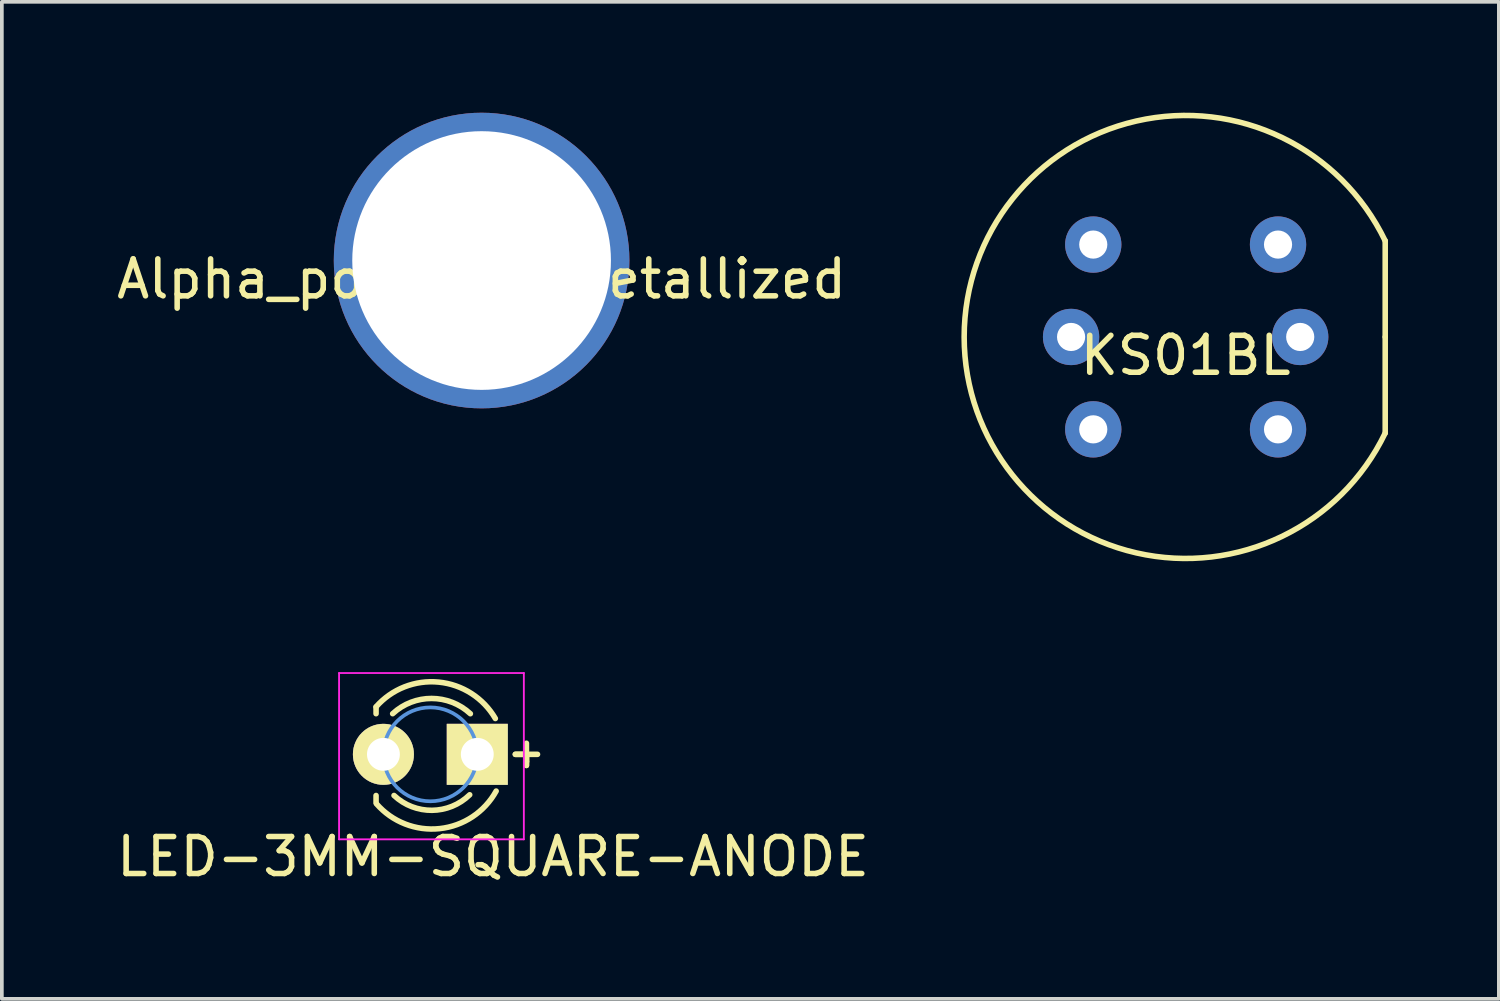
<source format=kicad_pcb>
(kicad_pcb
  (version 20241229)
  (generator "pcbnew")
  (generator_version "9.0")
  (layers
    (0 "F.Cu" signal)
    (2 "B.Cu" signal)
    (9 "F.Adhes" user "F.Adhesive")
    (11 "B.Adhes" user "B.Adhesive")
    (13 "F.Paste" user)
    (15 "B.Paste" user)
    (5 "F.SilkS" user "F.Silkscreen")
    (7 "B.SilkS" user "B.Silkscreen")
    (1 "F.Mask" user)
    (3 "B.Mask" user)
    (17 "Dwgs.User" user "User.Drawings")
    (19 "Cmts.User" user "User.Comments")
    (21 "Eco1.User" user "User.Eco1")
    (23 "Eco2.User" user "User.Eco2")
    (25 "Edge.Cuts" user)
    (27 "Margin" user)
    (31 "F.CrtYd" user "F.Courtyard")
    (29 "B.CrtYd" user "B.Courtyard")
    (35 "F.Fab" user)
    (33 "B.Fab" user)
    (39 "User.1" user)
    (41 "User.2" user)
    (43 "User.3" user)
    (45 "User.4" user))
  (footprint "KS01BL"
    (layer "F.Cu")
    (at 29.033 6.068)
    (property "Reference" "KS01BL" (at 0 0.5 0) (layer "F.SilkS") (effects (font (size 1 1) (thickness 0.15))))
    (attr through_hole)
    (fp_line (start 5.4 0) (end 5.4 -2.6) (stroke (width 0.15) (type solid)) (layer "F.SilkS"))
    (fp_line (start 5.4 0) (end 5.4 2.6) (stroke (width 0.15) (type solid)) (layer "F.SilkS"))
    (fp_arc (start 5.399999 2.6) (mid -5.993329 0) (end 5.399999 -2.599999) (stroke (width 0.15) (type solid)) (layer "F.SilkS"))
    (pad "1" thru_hole circle (at -2.5 -2.5) (size 1.524 1.524) (drill 0.762) (layers "*.Cu" "*.Mask"))
    (pad "1" thru_hole circle (at 2.5 -2.5) (size 1.524 1.524) (drill 0.762) (layers "*.Cu" "*.Mask"))
    (pad "2" thru_hole circle (at -2.5 2.5) (size 1.524 1.524) (drill 0.762) (layers "*.Cu" "*.Mask"))
    (pad "2" thru_hole circle (at 2.5 2.5) (size 1.524 1.524) (drill 0.762) (layers "*.Cu" "*.Mask"))
    (pad "3" thru_hole circle (at 3.1 0) (size 1.524 1.524) (drill 0.762) (layers "*.Cu" "*.Mask"))
    (pad "4" thru_hole circle (at -3.1 0) (size 1.524 1.524) (drill 0.762) (layers "*.Cu" "*.Mask")))
  (footprint "LED-3MM-SQUARE-ANODE"
    (layer "F.Cu")
    (at 8.595 17.362)
    (property "Reference" "LED-3MM-SQUARE-ANODE" (at 1.697 2.769 0) (layer "F.SilkS") (effects (font (size 1 1) (thickness 0.15))))
    (attr through_hole)
    (fp_line (start -1.469 -1.28) (end -1.469 -1.1) (stroke (width 0.15) (type solid)) (layer "F.SilkS"))
    (fp_line (start -1.469 1.314) (end -1.469 1.114) (stroke (width 0.15) (type solid)) (layer "F.SilkS"))
    (fp_line (start 2.3 0) (end 2.6 0) (stroke (width 0.15) (type solid)) (layer "F.SilkS"))
    (fp_line (start 2.6 -0.3) (end 2.6 0.2) (stroke (width 0.15) (type solid)) (layer "F.SilkS"))
    (fp_line (start 2.6 0) (end 2.3 0) (stroke (width 0.15) (type solid)) (layer "F.SilkS"))
    (fp_line (start 2.6 0) (end 2.9 0) (stroke (width 0.15) (type solid)) (layer "F.SilkS"))
    (fp_line (start 2.6 0.2) (end 2.6 0) (stroke (width 0.15) (type solid)) (layer "F.SilkS"))
    (fp_line (start 2.6 0.2) (end 2.6 0.3) (stroke (width 0.15) (type solid)) (layer "F.SilkS"))
    (fp_line (start 2.6 0.3) (end 2.6 0) (stroke (width 0.15) (type solid)) (layer "F.SilkS"))
    (fp_arc (start -1.469 -1.286) (mid 0.225903 -1.954571) (end 1.758744 -0.969643) (stroke (width 0.15) (type solid)) (layer "F.SilkS"))
    (fp_arc (start -1.02 -1.1) (mid 0.031686 -1.512142) (end 1.083005 -1.099067) (stroke (width 0.15) (type solid)) (layer "F.SilkS"))
    (fp_arc (start 1.065 1.094) (mid 0.04492 1.51473) (end -0.982889 1.113252) (stroke (width 0.15) (type solid)) (layer "F.SilkS"))
    (fp_arc (start 1.781 0.994) (mid 0.252637 2.009958) (end -1.45622 1.340726) (stroke (width 0.15) (type solid)) (layer "F.SilkS"))
    (fp_circle (center 0 0) (end 1.27 0) (stroke (width 0.1) (type solid)) (fill no) (layer "Cmts.User"))
    (fp_line (start -2.47 -2.2) (end -2.47 2.3) (stroke (width 0.05) (type solid)) (layer "F.CrtYd"))
    (fp_line (start -2.47 2.3) (end 2.53 2.3) (stroke (width 0.05) (type solid)) (layer "F.CrtYd"))
    (fp_line (start 2.53 -2.2) (end -2.47 -2.2) (stroke (width 0.05) (type solid)) (layer "F.CrtYd"))
    (fp_line (start 2.53 2.3) (end 2.53 -2.2) (stroke (width 0.05) (type solid)) (layer "F.CrtYd"))
    (pad "1" thru_hole circle (at -1.27 0 90) (size 1.651 1.651) (drill 0.889) (layers "*.Cu" "*.Mask" "F.SilkS"))
    (pad "2" thru_hole rect (at 1.27 0) (size 1.651 1.651) (drill 0.889) (layers "*.Cu" "*.Mask" "F.SilkS")))
  (footprint "Alpha_pot_hole_metallized"
    (layer "F.Cu")
    (at 9.982 4)
    (property "Reference" "Alpha_pot_hole_metallized" (at 0 0.5 0) (layer "F.SilkS") (effects (font (size 1 1) (thickness 0.15))))
    (attr through_hole)
    (pad "1" thru_hole circle (at 0 0) (size 8 8) (drill 7) (layers "*.Cu" "*.Mask")))
  (gr_rect
    (start -3 -3)
    (end 37.508 23.979)
    (stroke (width 0.1) (type default))
    (fill no)
    (layer "Edge.Cuts")))
</source>
